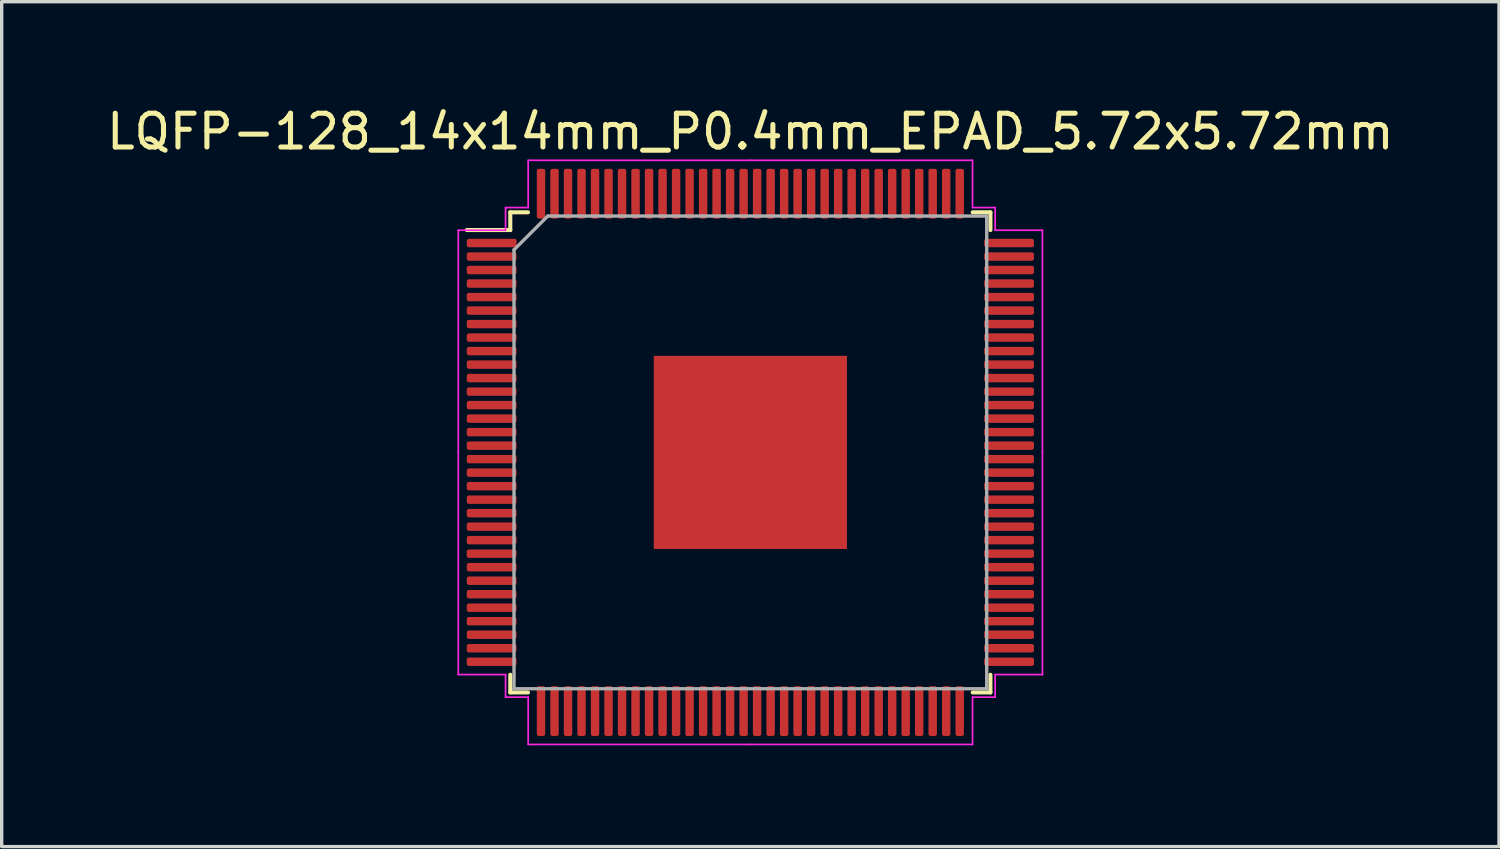
<source format=kicad_pcb>
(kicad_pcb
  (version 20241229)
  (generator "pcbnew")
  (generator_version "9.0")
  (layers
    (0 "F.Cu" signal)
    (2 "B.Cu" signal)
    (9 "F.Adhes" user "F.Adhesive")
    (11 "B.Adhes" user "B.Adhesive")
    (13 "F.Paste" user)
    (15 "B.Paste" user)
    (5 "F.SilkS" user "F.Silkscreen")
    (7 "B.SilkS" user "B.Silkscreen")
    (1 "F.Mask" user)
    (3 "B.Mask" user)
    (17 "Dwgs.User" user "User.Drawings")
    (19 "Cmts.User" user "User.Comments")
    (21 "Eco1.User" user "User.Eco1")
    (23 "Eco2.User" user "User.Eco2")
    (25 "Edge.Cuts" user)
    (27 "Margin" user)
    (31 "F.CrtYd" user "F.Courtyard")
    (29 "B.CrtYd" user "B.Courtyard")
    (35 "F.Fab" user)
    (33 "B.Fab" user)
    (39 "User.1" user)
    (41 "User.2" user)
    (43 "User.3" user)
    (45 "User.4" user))
  (footprint "LQFP-128_14x14mm_P0.4mm_EPAD_5.72x5.72mm"
    (layer "F.Cu")
    (at 19.173 10.348)
    (property "Reference" "LQFP-128_14x14mm_P0.4mm_EPAD_5.72x5.72mm" (at 0 -9.5 0) (layer "F.SilkS") (effects (font (size 1 1) (thickness 0.15))))
    (attr smd)
    (fp_line (start -7.11 -7.11) (end -7.11 -6.585) (stroke (width 0.12) (type solid)) (layer "F.SilkS"))
    (fp_line (start -7.11 -6.585) (end -8.4 -6.585) (stroke (width 0.12) (type solid)) (layer "F.SilkS"))
    (fp_line (start -7.11 7.11) (end -7.11 6.585) (stroke (width 0.12) (type solid)) (layer "F.SilkS"))
    (fp_line (start -6.585 -7.11) (end -7.11 -7.11) (stroke (width 0.12) (type solid)) (layer "F.SilkS"))
    (fp_line (start -6.585 7.11) (end -7.11 7.11) (stroke (width 0.12) (type solid)) (layer "F.SilkS"))
    (fp_line (start 6.585 -7.11) (end 7.11 -7.11) (stroke (width 0.12) (type solid)) (layer "F.SilkS"))
    (fp_line (start 6.585 7.11) (end 7.11 7.11) (stroke (width 0.12) (type solid)) (layer "F.SilkS"))
    (fp_line (start 7.11 -7.11) (end 7.11 -6.585) (stroke (width 0.12) (type solid)) (layer "F.SilkS"))
    (fp_line (start 7.11 7.11) (end 7.11 6.585) (stroke (width 0.12) (type solid)) (layer "F.SilkS"))
    (fp_rect (start -2.375 -2.375) (end -1.125 -1.125) (stroke (width 0.05) (type solid)) (fill yes) (layer "F.Paste"))
    (fp_rect (start -2.375 -0.625) (end -1.125 0.625) (stroke (width 0.05) (type solid)) (fill yes) (layer "F.Paste"))
    (fp_rect (start -2.375 1.125) (end -1.125 2.375) (stroke (width 0.05) (type solid)) (fill yes) (layer "F.Paste"))
    (fp_rect (start -0.625 -2.375) (end 0.625 -1.125) (stroke (width 0.05) (type solid)) (fill yes) (layer "F.Paste"))
    (fp_rect (start -0.625 -0.625) (end 0.625 0.625) (stroke (width 0.05) (type solid)) (fill yes) (layer "F.Paste"))
    (fp_rect (start -0.625 1.125) (end 0.625 2.375) (stroke (width 0.05) (type solid)) (fill yes) (layer "F.Paste"))
    (fp_rect (start 1.125 -2.375) (end 2.375 -1.125) (stroke (width 0.05) (type solid)) (fill yes) (layer "F.Paste"))
    (fp_rect (start 1.125 -0.625) (end 2.375 0.625) (stroke (width 0.05) (type solid)) (fill yes) (layer "F.Paste"))
    (fp_rect (start 1.125 1.125) (end 2.375 2.375) (stroke (width 0.05) (type solid)) (fill yes) (layer "F.Paste"))
    (fp_line (start -8.65 -6.58) (end -8.65 0) (stroke (width 0.05) (type solid)) (layer "F.CrtYd"))
    (fp_line (start -8.65 6.58) (end -8.65 0) (stroke (width 0.05) (type solid)) (layer "F.CrtYd"))
    (fp_line (start -7.25 -7.25) (end -7.25 -6.58) (stroke (width 0.05) (type solid)) (layer "F.CrtYd"))
    (fp_line (start -7.25 -6.58) (end -8.65 -6.58) (stroke (width 0.05) (type solid)) (layer "F.CrtYd"))
    (fp_line (start -7.25 6.58) (end -8.65 6.58) (stroke (width 0.05) (type solid)) (layer "F.CrtYd"))
    (fp_line (start -7.25 7.25) (end -7.25 6.58) (stroke (width 0.05) (type solid)) (layer "F.CrtYd"))
    (fp_line (start -6.58 -8.65) (end -6.58 -7.25) (stroke (width 0.05) (type solid)) (layer "F.CrtYd"))
    (fp_line (start -6.58 -7.25) (end -7.25 -7.25) (stroke (width 0.05) (type solid)) (layer "F.CrtYd"))
    (fp_line (start -6.58 7.25) (end -7.25 7.25) (stroke (width 0.05) (type solid)) (layer "F.CrtYd"))
    (fp_line (start -6.58 8.65) (end -6.58 7.25) (stroke (width 0.05) (type solid)) (layer "F.CrtYd"))
    (fp_line (start 0 -8.65) (end -6.58 -8.65) (stroke (width 0.05) (type solid)) (layer "F.CrtYd"))
    (fp_line (start 0 -8.65) (end 6.58 -8.65) (stroke (width 0.05) (type solid)) (layer "F.CrtYd"))
    (fp_line (start 0 8.65) (end -6.58 8.65) (stroke (width 0.05) (type solid)) (layer "F.CrtYd"))
    (fp_line (start 0 8.65) (end 6.58 8.65) (stroke (width 0.05) (type solid)) (layer "F.CrtYd"))
    (fp_line (start 6.58 -8.65) (end 6.58 -7.25) (stroke (width 0.05) (type solid)) (layer "F.CrtYd"))
    (fp_line (start 6.58 -7.25) (end 7.25 -7.25) (stroke (width 0.05) (type solid)) (layer "F.CrtYd"))
    (fp_line (start 6.58 7.25) (end 7.25 7.25) (stroke (width 0.05) (type solid)) (layer "F.CrtYd"))
    (fp_line (start 6.58 8.65) (end 6.58 7.25) (stroke (width 0.05) (type solid)) (layer "F.CrtYd"))
    (fp_line (start 7.25 -7.25) (end 7.25 -6.58) (stroke (width 0.05) (type solid)) (layer "F.CrtYd"))
    (fp_line (start 7.25 -6.58) (end 8.65 -6.58) (stroke (width 0.05) (type solid)) (layer "F.CrtYd"))
    (fp_line (start 7.25 6.58) (end 8.65 6.58) (stroke (width 0.05) (type solid)) (layer "F.CrtYd"))
    (fp_line (start 7.25 7.25) (end 7.25 6.58) (stroke (width 0.05) (type solid)) (layer "F.CrtYd"))
    (fp_line (start 8.65 -6.58) (end 8.65 0) (stroke (width 0.05) (type solid)) (layer "F.CrtYd"))
    (fp_line (start 8.65 6.58) (end 8.65 0) (stroke (width 0.05) (type solid)) (layer "F.CrtYd"))
    (fp_line (start -7 -6) (end -6 -7) (stroke (width 0.1) (type solid)) (layer "F.Fab"))
    (fp_line (start -7 7) (end -7 -6) (stroke (width 0.1) (type solid)) (layer "F.Fab"))
    (fp_line (start -6 -7) (end 7 -7) (stroke (width 0.1) (type solid)) (layer "F.Fab"))
    (fp_line (start 7 -7) (end 7 7) (stroke (width 0.1) (type solid)) (layer "F.Fab"))
    (fp_line (start 7 7) (end -7 7) (stroke (width 0.1) (type solid)) (layer "F.Fab"))
    (pad "1" smd roundrect (at -7.662 -6.2) (size 1.475 0.25) (layers "F.Cu" "F.Mask" "F.Paste") (roundrect_rratio 0.25))
    (pad "2" smd roundrect (at -7.662 -5.8) (size 1.475 0.25) (layers "F.Cu" "F.Mask" "F.Paste") (roundrect_rratio 0.25))
    (pad "3" smd roundrect (at -7.662 -5.4) (size 1.475 0.25) (layers "F.Cu" "F.Mask" "F.Paste") (roundrect_rratio 0.25))
    (pad "4" smd roundrect (at -7.662 -5) (size 1.475 0.25) (layers "F.Cu" "F.Mask" "F.Paste") (roundrect_rratio 0.25))
    (pad "5" smd roundrect (at -7.662 -4.6) (size 1.475 0.25) (layers "F.Cu" "F.Mask" "F.Paste") (roundrect_rratio 0.25))
    (pad "6" smd roundrect (at -7.662 -4.2) (size 1.475 0.25) (layers "F.Cu" "F.Mask" "F.Paste") (roundrect_rratio 0.25))
    (pad "7" smd roundrect (at -7.662 -3.8) (size 1.475 0.25) (layers "F.Cu" "F.Mask" "F.Paste") (roundrect_rratio 0.25))
    (pad "8" smd roundrect (at -7.662 -3.4) (size 1.475 0.25) (layers "F.Cu" "F.Mask" "F.Paste") (roundrect_rratio 0.25))
    (pad "9" smd roundrect (at -7.662 -3) (size 1.475 0.25) (layers "F.Cu" "F.Mask" "F.Paste") (roundrect_rratio 0.25))
    (pad "10" smd roundrect (at -7.662 -2.6) (size 1.475 0.25) (layers "F.Cu" "F.Mask" "F.Paste") (roundrect_rratio 0.25))
    (pad "11" smd roundrect (at -7.662 -2.2) (size 1.475 0.25) (layers "F.Cu" "F.Mask" "F.Paste") (roundrect_rratio 0.25))
    (pad "12" smd roundrect (at -7.662 -1.8) (size 1.475 0.25) (layers "F.Cu" "F.Mask" "F.Paste") (roundrect_rratio 0.25))
    (pad "13" smd roundrect (at -7.662 -1.4) (size 1.475 0.25) (layers "F.Cu" "F.Mask" "F.Paste") (roundrect_rratio 0.25))
    (pad "14" smd roundrect (at -7.662 -1) (size 1.475 0.25) (layers "F.Cu" "F.Mask" "F.Paste") (roundrect_rratio 0.25))
    (pad "15" smd roundrect (at -7.662 -0.6) (size 1.475 0.25) (layers "F.Cu" "F.Mask" "F.Paste") (roundrect_rratio 0.25))
    (pad "16" smd roundrect (at -7.662 -0.2) (size 1.475 0.25) (layers "F.Cu" "F.Mask" "F.Paste") (roundrect_rratio 0.25))
    (pad "17" smd roundrect (at -7.662 0.2) (size 1.475 0.25) (layers "F.Cu" "F.Mask" "F.Paste") (roundrect_rratio 0.25))
    (pad "18" smd roundrect (at -7.662 0.6) (size 1.475 0.25) (layers "F.Cu" "F.Mask" "F.Paste") (roundrect_rratio 0.25))
    (pad "19" smd roundrect (at -7.662 1) (size 1.475 0.25) (layers "F.Cu" "F.Mask" "F.Paste") (roundrect_rratio 0.25))
    (pad "20" smd roundrect (at -7.662 1.4) (size 1.475 0.25) (layers "F.Cu" "F.Mask" "F.Paste") (roundrect_rratio 0.25))
    (pad "21" smd roundrect (at -7.662 1.8) (size 1.475 0.25) (layers "F.Cu" "F.Mask" "F.Paste") (roundrect_rratio 0.25))
    (pad "22" smd roundrect (at -7.662 2.2) (size 1.475 0.25) (layers "F.Cu" "F.Mask" "F.Paste") (roundrect_rratio 0.25))
    (pad "23" smd roundrect (at -7.662 2.6) (size 1.475 0.25) (layers "F.Cu" "F.Mask" "F.Paste") (roundrect_rratio 0.25))
    (pad "24" smd roundrect (at -7.662 3) (size 1.475 0.25) (layers "F.Cu" "F.Mask" "F.Paste") (roundrect_rratio 0.25))
    (pad "25" smd roundrect (at -7.662 3.4) (size 1.475 0.25) (layers "F.Cu" "F.Mask" "F.Paste") (roundrect_rratio 0.25))
    (pad "26" smd roundrect (at -7.662 3.8) (size 1.475 0.25) (layers "F.Cu" "F.Mask" "F.Paste") (roundrect_rratio 0.25))
    (pad "27" smd roundrect (at -7.662 4.2) (size 1.475 0.25) (layers "F.Cu" "F.Mask" "F.Paste") (roundrect_rratio 0.25))
    (pad "28" smd roundrect (at -7.662 4.6) (size 1.475 0.25) (layers "F.Cu" "F.Mask" "F.Paste") (roundrect_rratio 0.25))
    (pad "29" smd roundrect (at -7.662 5) (size 1.475 0.25) (layers "F.Cu" "F.Mask" "F.Paste") (roundrect_rratio 0.25))
    (pad "30" smd roundrect (at -7.662 5.4) (size 1.475 0.25) (layers "F.Cu" "F.Mask" "F.Paste") (roundrect_rratio 0.25))
    (pad "31" smd roundrect (at -7.662 5.8) (size 1.475 0.25) (layers "F.Cu" "F.Mask" "F.Paste") (roundrect_rratio 0.25))
    (pad "32" smd roundrect (at -7.662 6.2) (size 1.475 0.25) (layers "F.Cu" "F.Mask" "F.Paste") (roundrect_rratio 0.25))
    (pad "33" smd roundrect (at -6.2 7.662) (size 0.25 1.475) (layers "F.Cu" "F.Mask" "F.Paste") (roundrect_rratio 0.25))
    (pad "34" smd roundrect (at -5.8 7.662) (size 0.25 1.475) (layers "F.Cu" "F.Mask" "F.Paste") (roundrect_rratio 0.25))
    (pad "35" smd roundrect (at -5.4 7.662) (size 0.25 1.475) (layers "F.Cu" "F.Mask" "F.Paste") (roundrect_rratio 0.25))
    (pad "36" smd roundrect (at -5 7.662) (size 0.25 1.475) (layers "F.Cu" "F.Mask" "F.Paste") (roundrect_rratio 0.25))
    (pad "37" smd roundrect (at -4.6 7.662) (size 0.25 1.475) (layers "F.Cu" "F.Mask" "F.Paste") (roundrect_rratio 0.25))
    (pad "38" smd roundrect (at -4.2 7.662) (size 0.25 1.475) (layers "F.Cu" "F.Mask" "F.Paste") (roundrect_rratio 0.25))
    (pad "39" smd roundrect (at -3.8 7.662) (size 0.25 1.475) (layers "F.Cu" "F.Mask" "F.Paste") (roundrect_rratio 0.25))
    (pad "40" smd roundrect (at -3.4 7.662) (size 0.25 1.475) (layers "F.Cu" "F.Mask" "F.Paste") (roundrect_rratio 0.25))
    (pad "41" smd roundrect (at -3 7.662) (size 0.25 1.475) (layers "F.Cu" "F.Mask" "F.Paste") (roundrect_rratio 0.25))
    (pad "42" smd roundrect (at -2.6 7.662) (size 0.25 1.475) (layers "F.Cu" "F.Mask" "F.Paste") (roundrect_rratio 0.25))
    (pad "43" smd roundrect (at -2.2 7.662) (size 0.25 1.475) (layers "F.Cu" "F.Mask" "F.Paste") (roundrect_rratio 0.25))
    (pad "44" smd roundrect (at -1.8 7.662) (size 0.25 1.475) (layers "F.Cu" "F.Mask" "F.Paste") (roundrect_rratio 0.25))
    (pad "45" smd roundrect (at -1.4 7.662) (size 0.25 1.475) (layers "F.Cu" "F.Mask" "F.Paste") (roundrect_rratio 0.25))
    (pad "46" smd roundrect (at -1 7.662) (size 0.25 1.475) (layers "F.Cu" "F.Mask" "F.Paste") (roundrect_rratio 0.25))
    (pad "47" smd roundrect (at -0.6 7.662) (size 0.25 1.475) (layers "F.Cu" "F.Mask" "F.Paste") (roundrect_rratio 0.25))
    (pad "48" smd roundrect (at -0.2 7.662) (size 0.25 1.475) (layers "F.Cu" "F.Mask" "F.Paste") (roundrect_rratio 0.25))
    (pad "49" smd roundrect (at 0.2 7.662) (size 0.25 1.475) (layers "F.Cu" "F.Mask" "F.Paste") (roundrect_rratio 0.25))
    (pad "50" smd roundrect (at 0.6 7.662) (size 0.25 1.475) (layers "F.Cu" "F.Mask" "F.Paste") (roundrect_rratio 0.25))
    (pad "51" smd roundrect (at 1 7.662) (size 0.25 1.475) (layers "F.Cu" "F.Mask" "F.Paste") (roundrect_rratio 0.25))
    (pad "52" smd roundrect (at 1.4 7.662) (size 0.25 1.475) (layers "F.Cu" "F.Mask" "F.Paste") (roundrect_rratio 0.25))
    (pad "53" smd roundrect (at 1.8 7.662) (size 0.25 1.475) (layers "F.Cu" "F.Mask" "F.Paste") (roundrect_rratio 0.25))
    (pad "54" smd roundrect (at 2.2 7.662) (size 0.25 1.475) (layers "F.Cu" "F.Mask" "F.Paste") (roundrect_rratio 0.25))
    (pad "55" smd roundrect (at 2.6 7.662) (size 0.25 1.475) (layers "F.Cu" "F.Mask" "F.Paste") (roundrect_rratio 0.25))
    (pad "56" smd roundrect (at 3 7.662) (size 0.25 1.475) (layers "F.Cu" "F.Mask" "F.Paste") (roundrect_rratio 0.25))
    (pad "57" smd roundrect (at 3.4 7.662) (size 0.25 1.475) (layers "F.Cu" "F.Mask" "F.Paste") (roundrect_rratio 0.25))
    (pad "58" smd roundrect (at 3.8 7.662) (size 0.25 1.475) (layers "F.Cu" "F.Mask" "F.Paste") (roundrect_rratio 0.25))
    (pad "59" smd roundrect (at 4.2 7.662) (size 0.25 1.475) (layers "F.Cu" "F.Mask" "F.Paste") (roundrect_rratio 0.25))
    (pad "60" smd roundrect (at 4.6 7.662) (size 0.25 1.475) (layers "F.Cu" "F.Mask" "F.Paste") (roundrect_rratio 0.25))
    (pad "61" smd roundrect (at 5 7.662) (size 0.25 1.475) (layers "F.Cu" "F.Mask" "F.Paste") (roundrect_rratio 0.25))
    (pad "62" smd roundrect (at 5.4 7.662) (size 0.25 1.475) (layers "F.Cu" "F.Mask" "F.Paste") (roundrect_rratio 0.25))
    (pad "63" smd roundrect (at 5.8 7.662) (size 0.25 1.475) (layers "F.Cu" "F.Mask" "F.Paste") (roundrect_rratio 0.25))
    (pad "64" smd roundrect (at 6.2 7.662) (size 0.25 1.475) (layers "F.Cu" "F.Mask" "F.Paste") (roundrect_rratio 0.25))
    (pad "65" smd roundrect (at 7.662 6.2) (size 1.475 0.25) (layers "F.Cu" "F.Mask" "F.Paste") (roundrect_rratio 0.25))
    (pad "66" smd roundrect (at 7.662 5.8) (size 1.475 0.25) (layers "F.Cu" "F.Mask" "F.Paste") (roundrect_rratio 0.25))
    (pad "67" smd roundrect (at 7.662 5.4) (size 1.475 0.25) (layers "F.Cu" "F.Mask" "F.Paste") (roundrect_rratio 0.25))
    (pad "68" smd roundrect (at 7.662 5) (size 1.475 0.25) (layers "F.Cu" "F.Mask" "F.Paste") (roundrect_rratio 0.25))
    (pad "69" smd roundrect (at 7.662 4.6) (size 1.475 0.25) (layers "F.Cu" "F.Mask" "F.Paste") (roundrect_rratio 0.25))
    (pad "70" smd roundrect (at 7.662 4.2) (size 1.475 0.25) (layers "F.Cu" "F.Mask" "F.Paste") (roundrect_rratio 0.25))
    (pad "71" smd roundrect (at 7.662 3.8) (size 1.475 0.25) (layers "F.Cu" "F.Mask" "F.Paste") (roundrect_rratio 0.25))
    (pad "72" smd roundrect (at 7.662 3.4) (size 1.475 0.25) (layers "F.Cu" "F.Mask" "F.Paste") (roundrect_rratio 0.25))
    (pad "73" smd roundrect (at 7.662 3) (size 1.475 0.25) (layers "F.Cu" "F.Mask" "F.Paste") (roundrect_rratio 0.25))
    (pad "74" smd roundrect (at 7.662 2.6) (size 1.475 0.25) (layers "F.Cu" "F.Mask" "F.Paste") (roundrect_rratio 0.25))
    (pad "75" smd roundrect (at 7.662 2.2) (size 1.475 0.25) (layers "F.Cu" "F.Mask" "F.Paste") (roundrect_rratio 0.25))
    (pad "76" smd roundrect (at 7.662 1.8) (size 1.475 0.25) (layers "F.Cu" "F.Mask" "F.Paste") (roundrect_rratio 0.25))
    (pad "77" smd roundrect (at 7.662 1.4) (size 1.475 0.25) (layers "F.Cu" "F.Mask" "F.Paste") (roundrect_rratio 0.25))
    (pad "78" smd roundrect (at 7.662 1) (size 1.475 0.25) (layers "F.Cu" "F.Mask" "F.Paste") (roundrect_rratio 0.25))
    (pad "79" smd roundrect (at 7.662 0.6) (size 1.475 0.25) (layers "F.Cu" "F.Mask" "F.Paste") (roundrect_rratio 0.25))
    (pad "80" smd roundrect (at 7.662 0.2) (size 1.475 0.25) (layers "F.Cu" "F.Mask" "F.Paste") (roundrect_rratio 0.25))
    (pad "81" smd roundrect (at 7.662 -0.2) (size 1.475 0.25) (layers "F.Cu" "F.Mask" "F.Paste") (roundrect_rratio 0.25))
    (pad "82" smd roundrect (at 7.662 -0.6) (size 1.475 0.25) (layers "F.Cu" "F.Mask" "F.Paste") (roundrect_rratio 0.25))
    (pad "83" smd roundrect (at 7.662 -1) (size 1.475 0.25) (layers "F.Cu" "F.Mask" "F.Paste") (roundrect_rratio 0.25))
    (pad "84" smd roundrect (at 7.662 -1.4) (size 1.475 0.25) (layers "F.Cu" "F.Mask" "F.Paste") (roundrect_rratio 0.25))
    (pad "85" smd roundrect (at 7.662 -1.8) (size 1.475 0.25) (layers "F.Cu" "F.Mask" "F.Paste") (roundrect_rratio 0.25))
    (pad "86" smd roundrect (at 7.662 -2.2) (size 1.475 0.25) (layers "F.Cu" "F.Mask" "F.Paste") (roundrect_rratio 0.25))
    (pad "87" smd roundrect (at 7.662 -2.6) (size 1.475 0.25) (layers "F.Cu" "F.Mask" "F.Paste") (roundrect_rratio 0.25))
    (pad "88" smd roundrect (at 7.662 -3) (size 1.475 0.25) (layers "F.Cu" "F.Mask" "F.Paste") (roundrect_rratio 0.25))
    (pad "89" smd roundrect (at 7.662 -3.4) (size 1.475 0.25) (layers "F.Cu" "F.Mask" "F.Paste") (roundrect_rratio 0.25))
    (pad "90" smd roundrect (at 7.662 -3.8) (size 1.475 0.25) (layers "F.Cu" "F.Mask" "F.Paste") (roundrect_rratio 0.25))
    (pad "91" smd roundrect (at 7.662 -4.2) (size 1.475 0.25) (layers "F.Cu" "F.Mask" "F.Paste") (roundrect_rratio 0.25))
    (pad "92" smd roundrect (at 7.662 -4.6) (size 1.475 0.25) (layers "F.Cu" "F.Mask" "F.Paste") (roundrect_rratio 0.25))
    (pad "93" smd roundrect (at 7.662 -5) (size 1.475 0.25) (layers "F.Cu" "F.Mask" "F.Paste") (roundrect_rratio 0.25))
    (pad "94" smd roundrect (at 7.662 -5.4) (size 1.475 0.25) (layers "F.Cu" "F.Mask" "F.Paste") (roundrect_rratio 0.25))
    (pad "95" smd roundrect (at 7.662 -5.8) (size 1.475 0.25) (layers "F.Cu" "F.Mask" "F.Paste") (roundrect_rratio 0.25))
    (pad "96" smd roundrect (at 7.662 -6.2) (size 1.475 0.25) (layers "F.Cu" "F.Mask" "F.Paste") (roundrect_rratio 0.25))
    (pad "97" smd roundrect (at 6.2 -7.662) (size 0.25 1.475) (layers "F.Cu" "F.Mask" "F.Paste") (roundrect_rratio 0.25))
    (pad "98" smd roundrect (at 5.8 -7.662) (size 0.25 1.475) (layers "F.Cu" "F.Mask" "F.Paste") (roundrect_rratio 0.25))
    (pad "99" smd roundrect (at 5.4 -7.662) (size 0.25 1.475) (layers "F.Cu" "F.Mask" "F.Paste") (roundrect_rratio 0.25))
    (pad "100" smd roundrect (at 5 -7.662) (size 0.25 1.475) (layers "F.Cu" "F.Mask" "F.Paste") (roundrect_rratio 0.25))
    (pad "101" smd roundrect (at 4.6 -7.662) (size 0.25 1.475) (layers "F.Cu" "F.Mask" "F.Paste") (roundrect_rratio 0.25))
    (pad "102" smd roundrect (at 4.2 -7.662) (size 0.25 1.475) (layers "F.Cu" "F.Mask" "F.Paste") (roundrect_rratio 0.25))
    (pad "103" smd roundrect (at 3.8 -7.662) (size 0.25 1.475) (layers "F.Cu" "F.Mask" "F.Paste") (roundrect_rratio 0.25))
    (pad "104" smd roundrect (at 3.4 -7.662) (size 0.25 1.475) (layers "F.Cu" "F.Mask" "F.Paste") (roundrect_rratio 0.25))
    (pad "105" smd roundrect (at 3 -7.662) (size 0.25 1.475) (layers "F.Cu" "F.Mask" "F.Paste") (roundrect_rratio 0.25))
    (pad "106" smd roundrect (at 2.6 -7.662) (size 0.25 1.475) (layers "F.Cu" "F.Mask" "F.Paste") (roundrect_rratio 0.25))
    (pad "107" smd roundrect (at 2.2 -7.662) (size 0.25 1.475) (layers "F.Cu" "F.Mask" "F.Paste") (roundrect_rratio 0.25))
    (pad "108" smd roundrect (at 1.8 -7.662) (size 0.25 1.475) (layers "F.Cu" "F.Mask" "F.Paste") (roundrect_rratio 0.25))
    (pad "109" smd roundrect (at 1.4 -7.662) (size 0.25 1.475) (layers "F.Cu" "F.Mask" "F.Paste") (roundrect_rratio 0.25))
    (pad "110" smd roundrect (at 1 -7.662) (size 0.25 1.475) (layers "F.Cu" "F.Mask" "F.Paste") (roundrect_rratio 0.25))
    (pad "111" smd roundrect (at 0.6 -7.662) (size 0.25 1.475) (layers "F.Cu" "F.Mask" "F.Paste") (roundrect_rratio 0.25))
    (pad "112" smd roundrect (at 0.2 -7.662) (size 0.25 1.475) (layers "F.Cu" "F.Mask" "F.Paste") (roundrect_rratio 0.25))
    (pad "113" smd roundrect (at -0.2 -7.662) (size 0.25 1.475) (layers "F.Cu" "F.Mask" "F.Paste") (roundrect_rratio 0.25))
    (pad "114" smd roundrect (at -0.6 -7.662) (size 0.25 1.475) (layers "F.Cu" "F.Mask" "F.Paste") (roundrect_rratio 0.25))
    (pad "115" smd roundrect (at -1 -7.662) (size 0.25 1.475) (layers "F.Cu" "F.Mask" "F.Paste") (roundrect_rratio 0.25))
    (pad "116" smd roundrect (at -1.4 -7.662) (size 0.25 1.475) (layers "F.Cu" "F.Mask" "F.Paste") (roundrect_rratio 0.25))
    (pad "117" smd roundrect (at -1.8 -7.662) (size 0.25 1.475) (layers "F.Cu" "F.Mask" "F.Paste") (roundrect_rratio 0.25))
    (pad "118" smd roundrect (at -2.2 -7.662) (size 0.25 1.475) (layers "F.Cu" "F.Mask" "F.Paste") (roundrect_rratio 0.25))
    (pad "119" smd roundrect (at -2.6 -7.662) (size 0.25 1.475) (layers "F.Cu" "F.Mask" "F.Paste") (roundrect_rratio 0.25))
    (pad "120" smd roundrect (at -3 -7.662) (size 0.25 1.475) (layers "F.Cu" "F.Mask" "F.Paste") (roundrect_rratio 0.25))
    (pad "121" smd roundrect (at -3.4 -7.662) (size 0.25 1.475) (layers "F.Cu" "F.Mask" "F.Paste") (roundrect_rratio 0.25))
    (pad "122" smd roundrect (at -3.8 -7.662) (size 0.25 1.475) (layers "F.Cu" "F.Mask" "F.Paste") (roundrect_rratio 0.25))
    (pad "123" smd roundrect (at -4.2 -7.662) (size 0.25 1.475) (layers "F.Cu" "F.Mask" "F.Paste") (roundrect_rratio 0.25))
    (pad "124" smd roundrect (at -4.6 -7.662) (size 0.25 1.475) (layers "F.Cu" "F.Mask" "F.Paste") (roundrect_rratio 0.25))
    (pad "125" smd roundrect (at -5 -7.662) (size 0.25 1.475) (layers "F.Cu" "F.Mask" "F.Paste") (roundrect_rratio 0.25))
    (pad "126" smd roundrect (at -5.4 -7.662) (size 0.25 1.475) (layers "F.Cu" "F.Mask" "F.Paste") (roundrect_rratio 0.25))
    (pad "127" smd roundrect (at -5.8 -7.662) (size 0.25 1.475) (layers "F.Cu" "F.Mask" "F.Paste") (roundrect_rratio 0.25))
    (pad "128" smd roundrect (at -6.2 -7.662) (size 0.25 1.475) (layers "F.Cu" "F.Mask" "F.Paste") (roundrect_rratio 0.25))
    (pad "129" smd rect (at 0 0) (size 5.72 5.72) (layers "F.Cu" "F.Mask")))
  (gr_rect
    (start -3 -3)
    (end 41.345 22.023)
    (stroke (width 0.1) (type default))
    (fill no)
    (layer "Edge.Cuts")))
</source>
